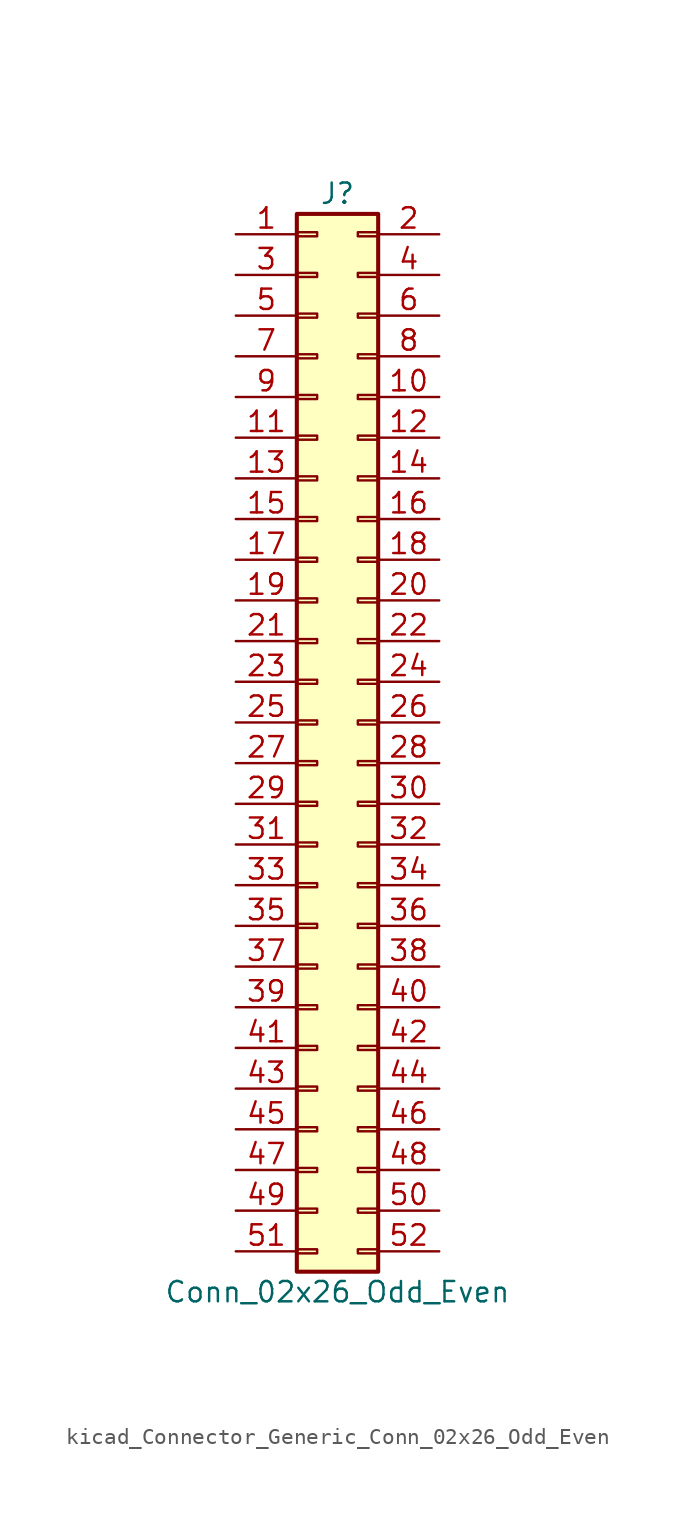
<source format=kicad_sym>
(kicad_symbol_lib
  (version 20220914)
  (generator kicad_symbol_editor)
  (symbol "kicad_Connector_Generic_Conn_02x26_Odd_Even"
    (pin_names
      (offset 1.016) hide)
    (property "Reference" "J"
      (at 1.27 33.02 0)
      (effects (font (size 1.27 1.27))))
    (property "Value" "Conn_02x26_Odd_Even"
      (at 1.27 -35.56 0)
      (effects (font (size 1.27 1.27))))
    (symbol "kicad_Connector_Generic_Conn_02x26_Odd_Even_1_1"
      (rectangle (start -1.27 -32.893) (end 0 -33.147) (stroke (width 0.152) (type default)) (fill (type none)))
      (rectangle (start -1.27 -30.353) (end 0 -30.607) (stroke (width 0.152) (type default)) (fill (type none)))
      (rectangle (start -1.27 -27.813) (end 0 -28.067) (stroke (width 0.152) (type default)) (fill (type none)))
      (rectangle (start -1.27 -25.273) (end 0 -25.527) (stroke (width 0.152) (type default)) (fill (type none)))
      (rectangle (start -1.27 -22.733) (end 0 -22.987) (stroke (width 0.152) (type default)) (fill (type none)))
      (rectangle (start -1.27 -20.193) (end 0 -20.447) (stroke (width 0.152) (type default)) (fill (type none)))
      (rectangle (start -1.27 -17.653) (end 0 -17.907) (stroke (width 0.152) (type default)) (fill (type none)))
      (rectangle (start -1.27 -15.113) (end 0 -15.367) (stroke (width 0.152) (type default)) (fill (type none)))
      (rectangle (start -1.27 -12.573) (end 0 -12.827) (stroke (width 0.152) (type default)) (fill (type none)))
      (rectangle (start -1.27 -10.033) (end 0 -10.287) (stroke (width 0.152) (type default)) (fill (type none)))
      (rectangle (start -1.27 -7.493) (end 0 -7.747) (stroke (width 0.152) (type default)) (fill (type none)))
      (rectangle (start -1.27 -4.953) (end 0 -5.207) (stroke (width 0.152) (type default)) (fill (type none)))
      (rectangle (start -1.27 -2.413) (end 0 -2.667) (stroke (width 0.152) (type default)) (fill (type none)))
      (rectangle (start -1.27 0.127) (end 0 -0.127) (stroke (width 0.152) (type default)) (fill (type none)))
      (rectangle (start -1.27 2.667) (end 0 2.413) (stroke (width 0.152) (type default)) (fill (type none)))
      (rectangle (start -1.27 5.207) (end 0 4.953) (stroke (width 0.152) (type default)) (fill (type none)))
      (rectangle (start -1.27 7.747) (end 0 7.493) (stroke (width 0.152) (type default)) (fill (type none)))
      (rectangle (start -1.27 10.287) (end 0 10.033) (stroke (width 0.152) (type default)) (fill (type none)))
      (rectangle (start -1.27 12.827) (end 0 12.573) (stroke (width 0.152) (type default)) (fill (type none)))
      (rectangle (start -1.27 15.367) (end 0 15.113) (stroke (width 0.152) (type default)) (fill (type none)))
      (rectangle (start -1.27 17.907) (end 0 17.653) (stroke (width 0.152) (type default)) (fill (type none)))
      (rectangle (start -1.27 20.447) (end 0 20.193) (stroke (width 0.152) (type default)) (fill (type none)))
      (rectangle (start -1.27 22.987) (end 0 22.733) (stroke (width 0.152) (type default)) (fill (type none)))
      (rectangle (start -1.27 25.527) (end 0 25.273) (stroke (width 0.152) (type default)) (fill (type none)))
      (rectangle (start -1.27 28.067) (end 0 27.813) (stroke (width 0.152) (type default)) (fill (type none)))
      (rectangle (start -1.27 30.607) (end 0 30.353) (stroke (width 0.152) (type default)) (fill (type none)))
      (rectangle (start -1.27 31.75) (end 3.81 -34.29) (stroke (width 0.254) (type default)) (fill (type background)))
      (rectangle (start 3.81 -32.893) (end 2.54 -33.147) (stroke (width 0.152) (type default)) (fill (type none)))
      (rectangle (start 3.81 -30.353) (end 2.54 -30.607) (stroke (width 0.152) (type default)) (fill (type none)))
      (rectangle (start 3.81 -27.813) (end 2.54 -28.067) (stroke (width 0.152) (type default)) (fill (type none)))
      (rectangle (start 3.81 -25.273) (end 2.54 -25.527) (stroke (width 0.152) (type default)) (fill (type none)))
      (rectangle (start 3.81 -22.733) (end 2.54 -22.987) (stroke (width 0.152) (type default)) (fill (type none)))
      (rectangle (start 3.81 -20.193) (end 2.54 -20.447) (stroke (width 0.152) (type default)) (fill (type none)))
      (rectangle (start 3.81 -17.653) (end 2.54 -17.907) (stroke (width 0.152) (type default)) (fill (type none)))
      (rectangle (start 3.81 -15.113) (end 2.54 -15.367) (stroke (width 0.152) (type default)) (fill (type none)))
      (rectangle (start 3.81 -12.573) (end 2.54 -12.827) (stroke (width 0.152) (type default)) (fill (type none)))
      (rectangle (start 3.81 -10.033) (end 2.54 -10.287) (stroke (width 0.152) (type default)) (fill (type none)))
      (rectangle (start 3.81 -7.493) (end 2.54 -7.747) (stroke (width 0.152) (type default)) (fill (type none)))
      (rectangle (start 3.81 -4.953) (end 2.54 -5.207) (stroke (width 0.152) (type default)) (fill (type none)))
      (rectangle (start 3.81 -2.413) (end 2.54 -2.667) (stroke (width 0.152) (type default)) (fill (type none)))
      (rectangle (start 3.81 0.127) (end 2.54 -0.127) (stroke (width 0.152) (type default)) (fill (type none)))
      (rectangle (start 3.81 2.667) (end 2.54 2.413) (stroke (width 0.152) (type default)) (fill (type none)))
      (rectangle (start 3.81 5.207) (end 2.54 4.953) (stroke (width 0.152) (type default)) (fill (type none)))
      (rectangle (start 3.81 7.747) (end 2.54 7.493) (stroke (width 0.152) (type default)) (fill (type none)))
      (rectangle (start 3.81 10.287) (end 2.54 10.033) (stroke (width 0.152) (type default)) (fill (type none)))
      (rectangle (start 3.81 12.827) (end 2.54 12.573) (stroke (width 0.152) (type default)) (fill (type none)))
      (rectangle (start 3.81 15.367) (end 2.54 15.113) (stroke (width 0.152) (type default)) (fill (type none)))
      (rectangle (start 3.81 17.907) (end 2.54 17.653) (stroke (width 0.152) (type default)) (fill (type none)))
      (rectangle (start 3.81 20.447) (end 2.54 20.193) (stroke (width 0.152) (type default)) (fill (type none)))
      (rectangle (start 3.81 22.987) (end 2.54 22.733) (stroke (width 0.152) (type default)) (fill (type none)))
      (rectangle (start 3.81 25.527) (end 2.54 25.273) (stroke (width 0.152) (type default)) (fill (type none)))
      (rectangle (start 3.81 28.067) (end 2.54 27.813) (stroke (width 0.152) (type default)) (fill (type none)))
      (rectangle (start 3.81 30.607) (end 2.54 30.353) (stroke (width 0.152) (type default)) (fill (type none)))
      (pin passive line (at -5.08 30.48 0) (length 3.81) (name "Pin_1" (effects (font (size 1.27 1.27)))) (number "1" (effects (font (size 1.27 1.27)))))
      (pin passive line (at 7.62 20.32 180) (length 3.81) (name "Pin_10" (effects (font (size 1.27 1.27)))) (number "10" (effects (font (size 1.27 1.27)))))
      (pin passive line (at -5.08 17.78 0) (length 3.81) (name "Pin_11" (effects (font (size 1.27 1.27)))) (number "11" (effects (font (size 1.27 1.27)))))
      (pin passive line (at 7.62 17.78 180) (length 3.81) (name "Pin_12" (effects (font (size 1.27 1.27)))) (number "12" (effects (font (size 1.27 1.27)))))
      (pin passive line (at -5.08 15.24 0) (length 3.81) (name "Pin_13" (effects (font (size 1.27 1.27)))) (number "13" (effects (font (size 1.27 1.27)))))
      (pin passive line (at 7.62 15.24 180) (length 3.81) (name "Pin_14" (effects (font (size 1.27 1.27)))) (number "14" (effects (font (size 1.27 1.27)))))
      (pin passive line (at -5.08 12.7 0) (length 3.81) (name "Pin_15" (effects (font (size 1.27 1.27)))) (number "15" (effects (font (size 1.27 1.27)))))
      (pin passive line (at 7.62 12.7 180) (length 3.81) (name "Pin_16" (effects (font (size 1.27 1.27)))) (number "16" (effects (font (size 1.27 1.27)))))
      (pin passive line (at -5.08 10.16 0) (length 3.81) (name "Pin_17" (effects (font (size 1.27 1.27)))) (number "17" (effects (font (size 1.27 1.27)))))
      (pin passive line (at 7.62 10.16 180) (length 3.81) (name "Pin_18" (effects (font (size 1.27 1.27)))) (number "18" (effects (font (size 1.27 1.27)))))
      (pin passive line (at -5.08 7.62 0) (length 3.81) (name "Pin_19" (effects (font (size 1.27 1.27)))) (number "19" (effects (font (size 1.27 1.27)))))
      (pin passive line (at 7.62 30.48 180) (length 3.81) (name "Pin_2" (effects (font (size 1.27 1.27)))) (number "2" (effects (font (size 1.27 1.27)))))
      (pin passive line (at 7.62 7.62 180) (length 3.81) (name "Pin_20" (effects (font (size 1.27 1.27)))) (number "20" (effects (font (size 1.27 1.27)))))
      (pin passive line (at -5.08 5.08 0) (length 3.81) (name "Pin_21" (effects (font (size 1.27 1.27)))) (number "21" (effects (font (size 1.27 1.27)))))
      (pin passive line (at 7.62 5.08 180) (length 3.81) (name "Pin_22" (effects (font (size 1.27 1.27)))) (number "22" (effects (font (size 1.27 1.27)))))
      (pin passive line (at -5.08 2.54 0) (length 3.81) (name "Pin_23" (effects (font (size 1.27 1.27)))) (number "23" (effects (font (size 1.27 1.27)))))
      (pin passive line (at 7.62 2.54 180) (length 3.81) (name "Pin_24" (effects (font (size 1.27 1.27)))) (number "24" (effects (font (size 1.27 1.27)))))
      (pin passive line (at -5.08 0 0) (length 3.81) (name "Pin_25" (effects (font (size 1.27 1.27)))) (number "25" (effects (font (size 1.27 1.27)))))
      (pin passive line (at 7.62 0 180) (length 3.81) (name "Pin_26" (effects (font (size 1.27 1.27)))) (number "26" (effects (font (size 1.27 1.27)))))
      (pin passive line (at -5.08 -2.54 0) (length 3.81) (name "Pin_27" (effects (font (size 1.27 1.27)))) (number "27" (effects (font (size 1.27 1.27)))))
      (pin passive line (at 7.62 -2.54 180) (length 3.81) (name "Pin_28" (effects (font (size 1.27 1.27)))) (number "28" (effects (font (size 1.27 1.27)))))
      (pin passive line (at -5.08 -5.08 0) (length 3.81) (name "Pin_29" (effects (font (size 1.27 1.27)))) (number "29" (effects (font (size 1.27 1.27)))))
      (pin passive line (at -5.08 27.94 0) (length 3.81) (name "Pin_3" (effects (font (size 1.27 1.27)))) (number "3" (effects (font (size 1.27 1.27)))))
      (pin passive line (at 7.62 -5.08 180) (length 3.81) (name "Pin_30" (effects (font (size 1.27 1.27)))) (number "30" (effects (font (size 1.27 1.27)))))
      (pin passive line (at -5.08 -7.62 0) (length 3.81) (name "Pin_31" (effects (font (size 1.27 1.27)))) (number "31" (effects (font (size 1.27 1.27)))))
      (pin passive line (at 7.62 -7.62 180) (length 3.81) (name "Pin_32" (effects (font (size 1.27 1.27)))) (number "32" (effects (font (size 1.27 1.27)))))
      (pin passive line (at -5.08 -10.16 0) (length 3.81) (name "Pin_33" (effects (font (size 1.27 1.27)))) (number "33" (effects (font (size 1.27 1.27)))))
      (pin passive line (at 7.62 -10.16 180) (length 3.81) (name "Pin_34" (effects (font (size 1.27 1.27)))) (number "34" (effects (font (size 1.27 1.27)))))
      (pin passive line (at -5.08 -12.7 0) (length 3.81) (name "Pin_35" (effects (font (size 1.27 1.27)))) (number "35" (effects (font (size 1.27 1.27)))))
      (pin passive line (at 7.62 -12.7 180) (length 3.81) (name "Pin_36" (effects (font (size 1.27 1.27)))) (number "36" (effects (font (size 1.27 1.27)))))
      (pin passive line (at -5.08 -15.24 0) (length 3.81) (name "Pin_37" (effects (font (size 1.27 1.27)))) (number "37" (effects (font (size 1.27 1.27)))))
      (pin passive line (at 7.62 -15.24 180) (length 3.81) (name "Pin_38" (effects (font (size 1.27 1.27)))) (number "38" (effects (font (size 1.27 1.27)))))
      (pin passive line (at -5.08 -17.78 0) (length 3.81) (name "Pin_39" (effects (font (size 1.27 1.27)))) (number "39" (effects (font (size 1.27 1.27)))))
      (pin passive line (at 7.62 27.94 180) (length 3.81) (name "Pin_4" (effects (font (size 1.27 1.27)))) (number "4" (effects (font (size 1.27 1.27)))))
      (pin passive line (at 7.62 -17.78 180) (length 3.81) (name "Pin_40" (effects (font (size 1.27 1.27)))) (number "40" (effects (font (size 1.27 1.27)))))
      (pin passive line (at -5.08 -20.32 0) (length 3.81) (name "Pin_41" (effects (font (size 1.27 1.27)))) (number "41" (effects (font (size 1.27 1.27)))))
      (pin passive line (at 7.62 -20.32 180) (length 3.81) (name "Pin_42" (effects (font (size 1.27 1.27)))) (number "42" (effects (font (size 1.27 1.27)))))
      (pin passive line (at -5.08 -22.86 0) (length 3.81) (name "Pin_43" (effects (font (size 1.27 1.27)))) (number "43" (effects (font (size 1.27 1.27)))))
      (pin passive line (at 7.62 -22.86 180) (length 3.81) (name "Pin_44" (effects (font (size 1.27 1.27)))) (number "44" (effects (font (size 1.27 1.27)))))
      (pin passive line (at -5.08 -25.4 0) (length 3.81) (name "Pin_45" (effects (font (size 1.27 1.27)))) (number "45" (effects (font (size 1.27 1.27)))))
      (pin passive line (at 7.62 -25.4 180) (length 3.81) (name "Pin_46" (effects (font (size 1.27 1.27)))) (number "46" (effects (font (size 1.27 1.27)))))
      (pin passive line (at -5.08 -27.94 0) (length 3.81) (name "Pin_47" (effects (font (size 1.27 1.27)))) (number "47" (effects (font (size 1.27 1.27)))))
      (pin passive line (at 7.62 -27.94 180) (length 3.81) (name "Pin_48" (effects (font (size 1.27 1.27)))) (number "48" (effects (font (size 1.27 1.27)))))
      (pin passive line (at -5.08 -30.48 0) (length 3.81) (name "Pin_49" (effects (font (size 1.27 1.27)))) (number "49" (effects (font (size 1.27 1.27)))))
      (pin passive line (at -5.08 25.4 0) (length 3.81) (name "Pin_5" (effects (font (size 1.27 1.27)))) (number "5" (effects (font (size 1.27 1.27)))))
      (pin passive line (at 7.62 -30.48 180) (length 3.81) (name "Pin_50" (effects (font (size 1.27 1.27)))) (number "50" (effects (font (size 1.27 1.27)))))
      (pin passive line (at -5.08 -33.02 0) (length 3.81) (name "Pin_51" (effects (font (size 1.27 1.27)))) (number "51" (effects (font (size 1.27 1.27)))))
      (pin passive line (at 7.62 -33.02 180) (length 3.81) (name "Pin_52" (effects (font (size 1.27 1.27)))) (number "52" (effects (font (size 1.27 1.27)))))
      (pin passive line (at 7.62 25.4 180) (length 3.81) (name "Pin_6" (effects (font (size 1.27 1.27)))) (number "6" (effects (font (size 1.27 1.27)))))
      (pin passive line (at -5.08 22.86 0) (length 3.81) (name "Pin_7" (effects (font (size 1.27 1.27)))) (number "7" (effects (font (size 1.27 1.27)))))
      (pin passive line (at 7.62 22.86 180) (length 3.81) (name "Pin_8" (effects (font (size 1.27 1.27)))) (number "8" (effects (font (size 1.27 1.27)))))
      (pin passive line (at -5.08 20.32 0) (length 3.81) (name "Pin_9" (effects (font (size 1.27 1.27)))) (number "9" (effects (font (size 1.27 1.27))))))))
</source>
